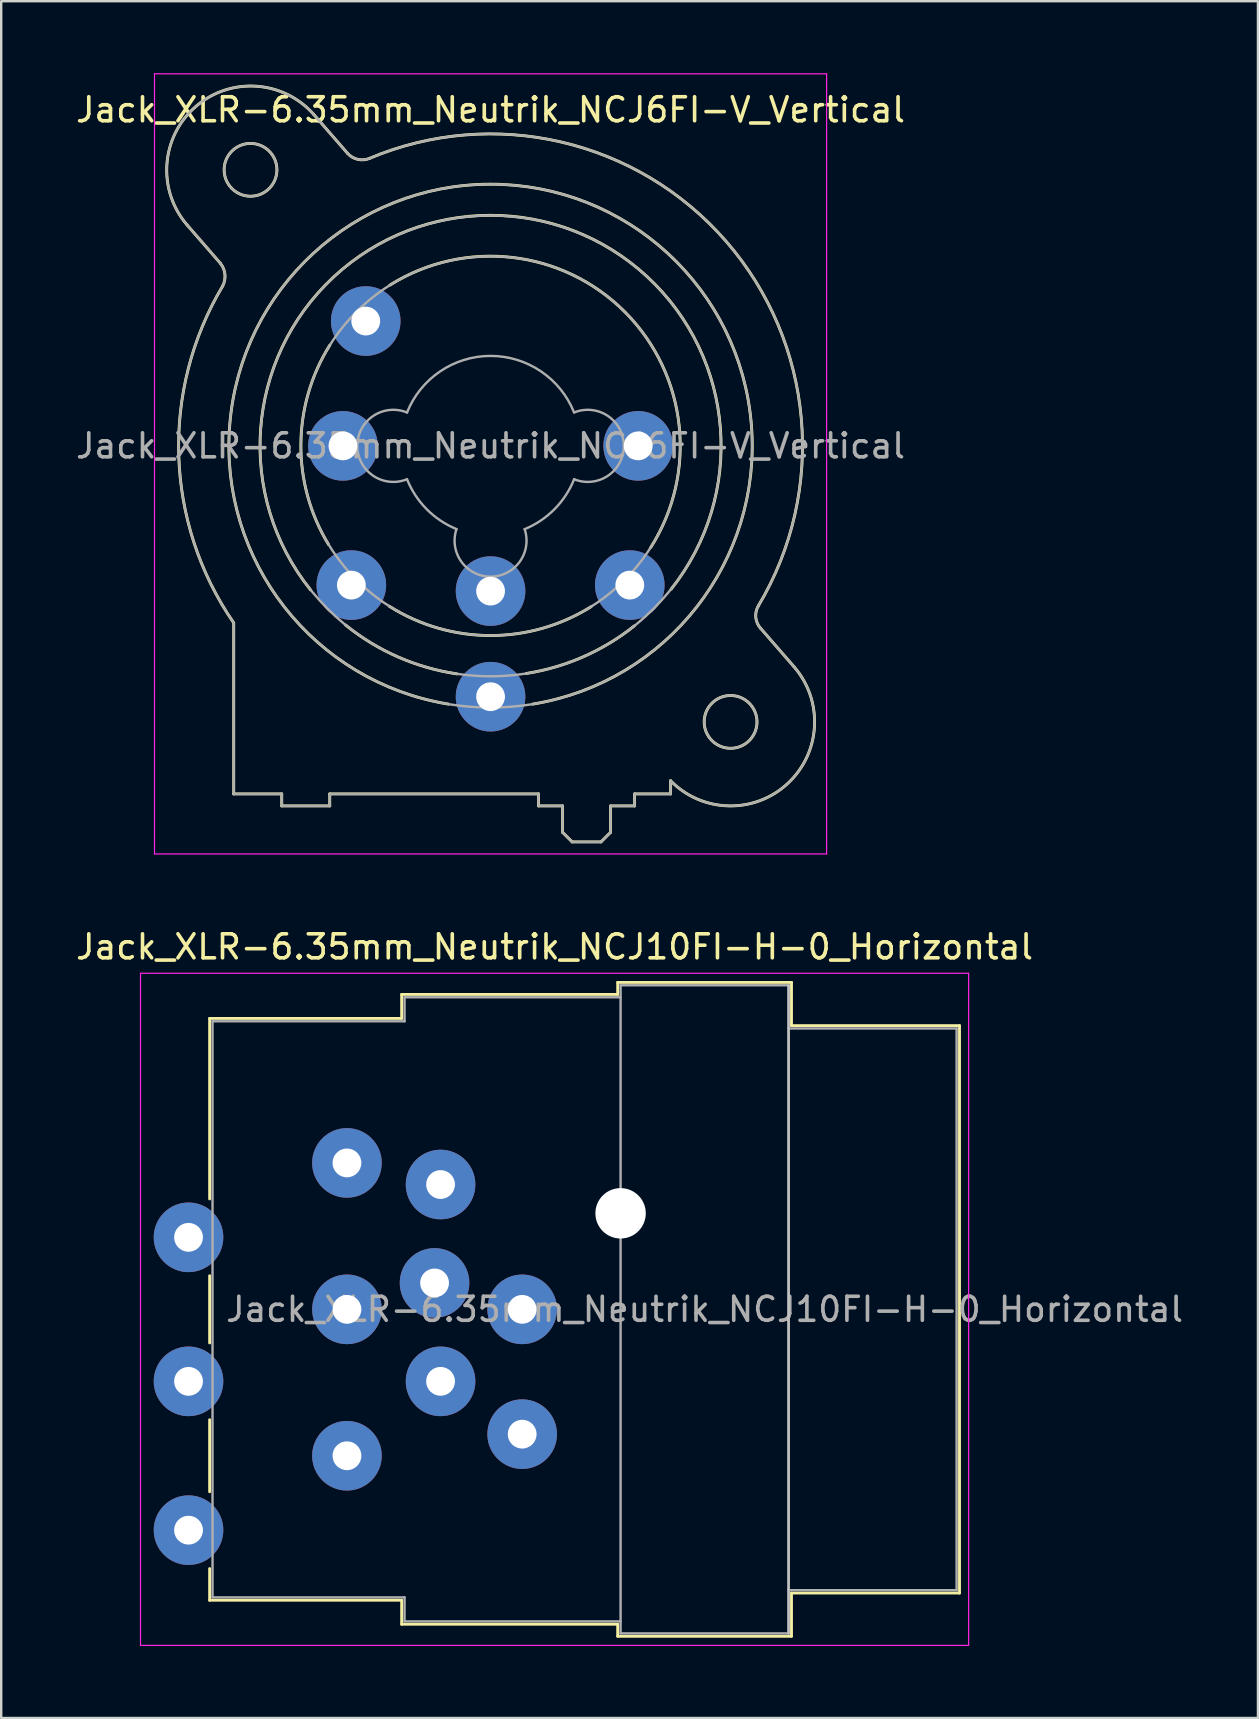
<source format=kicad_pcb>
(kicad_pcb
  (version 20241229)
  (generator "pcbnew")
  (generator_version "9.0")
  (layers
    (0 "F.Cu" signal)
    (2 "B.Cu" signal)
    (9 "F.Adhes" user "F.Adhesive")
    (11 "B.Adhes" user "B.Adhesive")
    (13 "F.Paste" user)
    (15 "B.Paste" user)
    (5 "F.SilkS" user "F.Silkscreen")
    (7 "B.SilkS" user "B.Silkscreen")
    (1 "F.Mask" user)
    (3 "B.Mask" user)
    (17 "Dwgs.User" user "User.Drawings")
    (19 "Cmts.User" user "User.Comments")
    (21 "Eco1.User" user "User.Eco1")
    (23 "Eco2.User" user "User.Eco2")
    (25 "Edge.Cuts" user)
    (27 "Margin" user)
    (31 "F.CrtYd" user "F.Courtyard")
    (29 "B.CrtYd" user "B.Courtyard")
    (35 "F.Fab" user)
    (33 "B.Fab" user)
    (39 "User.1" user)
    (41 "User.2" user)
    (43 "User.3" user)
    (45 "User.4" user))
  (footprint "Jack_XLR-6.35mm_Neutrik_NCJ6FI-V_Vertical"
    (layer "F.Cu")
    (at 23.537 15.525)
    (property "Reference" "Jack_XLR-6.35mm_Neutrik_NCJ6FI-V_Vertical" (at -6.15 -14 0) (layer "F.SilkS") (effects (font (size 1 1) (thickness 0.15))))
    (attr through_hole)
    (fp_line (start -17.4 -7.6) (end -18.79 -9.2) (stroke (width 0.12) (type solid)) (layer "F.SilkS"))
    (fp_line (start -16.85 14.5) (end -16.85 7.38) (stroke (width 0.12) (type solid)) (layer "F.SilkS"))
    (fp_line (start -14.85 14.5) (end -16.85 14.5) (stroke (width 0.12) (type solid)) (layer "F.SilkS"))
    (fp_line (start -14.85 14.5) (end -14.85 15) (stroke (width 0.12) (type solid)) (layer "F.SilkS"))
    (fp_line (start -13.51 -13.8) (end -12.11 -12.19) (stroke (width 0.12) (type solid)) (layer "F.SilkS"))
    (fp_line (start -12.85 14.5) (end -12.85 15) (stroke (width 0.12) (type solid)) (layer "F.SilkS"))
    (fp_line (start -12.85 15) (end -14.85 15) (stroke (width 0.12) (type solid)) (layer "F.SilkS"))
    (fp_line (start -4.15 14.5) (end -12.85 14.5) (stroke (width 0.12) (type solid)) (layer "F.SilkS"))
    (fp_line (start -4.15 14.5) (end -4.15 15) (stroke (width 0.12) (type solid)) (layer "F.SilkS"))
    (fp_line (start -3.15 15) (end -4.15 15) (stroke (width 0.12) (type solid)) (layer "F.SilkS"))
    (fp_line (start -3.15 15) (end -3.15 16.1) (stroke (width 0.12) (type solid)) (layer "F.SilkS"))
    (fp_line (start -3.15 16.1) (end -2.75 16.5) (stroke (width 0.12) (type solid)) (layer "F.SilkS"))
    (fp_line (start -1.55 16.5) (end -2.75 16.5) (stroke (width 0.12) (type solid)) (layer "F.SilkS"))
    (fp_line (start -1.15 15) (end -1.15 16.1) (stroke (width 0.12) (type solid)) (layer "F.SilkS"))
    (fp_line (start -1.15 16.1) (end -1.55 16.5) (stroke (width 0.12) (type solid)) (layer "F.SilkS"))
    (fp_line (start -0.15 14.5) (end -0.15 15) (stroke (width 0.12) (type solid)) (layer "F.SilkS"))
    (fp_line (start -0.15 15) (end -1.15 15) (stroke (width 0.12) (type solid)) (layer "F.SilkS"))
    (fp_line (start 1.35 13.95) (end 1.35 14.5) (stroke (width 0.12) (type solid)) (layer "F.SilkS"))
    (fp_line (start 1.35 14.5) (end -0.15 14.5) (stroke (width 0.12) (type solid)) (layer "F.SilkS"))
    (fp_line (start 5.1 7.6) (end 6.49 9.2) (stroke (width 0.12) (type solid)) (layer "F.SilkS"))
    (fp_arc (start -18.79 -9.2) (mid -18.45 -14.14) (end -13.51 -13.8) (stroke (width 0.12) (type solid)) (layer "F.SilkS"))
    (fp_arc (start -17.400452 -7.59955) (mid -17.216295 -7.14315) (end -17.31 -6.66) (stroke (width 0.12) (type solid)) (layer "F.SilkS"))
    (fp_arc (start -16.851206 7.374645) (mid -19.139261 0.42462) (end -17.31 -6.66) (stroke (width 0.12) (type solid)) (layer "F.SilkS"))
    (fp_arc (start -13.65 6) (mid -6.168408 -9.604669) (end 1.372943 5.971208) (stroke (width 0.12) (type solid)) (layer "F.SilkS"))
    (fp_arc (start -12.9 4.11) (mid -14.052663 -0.0501) (end -12.847348 -4.195251) (stroke (width 0.12) (type solid)) (layer "F.SilkS"))
    (fp_arc (start -11.201352 -11.974349) (mid 3.655031 -8.530097) (end 5.01 6.66) (stroke (width 0.12) (type solid)) (layer "F.SilkS"))
    (fp_arc (start -11.177539 -11.981856) (mid -11.677484 -11.93489) (end -12.11 -12.19) (stroke (width 0.12) (type solid)) (layer "F.SilkS"))
    (fp_arc (start -10.34 -6.7) (mid -0.544787 -5.570251) (end 0.523653 4.231839) (stroke (width 0.12) (type solid)) (layer "F.SilkS"))
    (fp_arc (start -7.9 10.76) (mid -6.152346 -10.90138) (end -4.395368 10.759246) (stroke (width 0.12) (type solid)) (layer "F.SilkS"))
    (fp_arc (start -7.55 9.5) (mid -10.007174 8.793873) (end -12.190932 7.464391) (stroke (width 0.12) (type solid)) (layer "F.SilkS"))
    (fp_arc (start -1.96 6.7) (mid -6.167825 7.902264) (end -10.370184 6.681029) (stroke (width 0.12) (type solid)) (layer "F.SilkS"))
    (fp_arc (start -0.16 7.5) (mid -2.282236 8.784674) (end -4.662837 9.482534) (stroke (width 0.12) (type solid)) (layer "F.SilkS"))
    (fp_arc (start 5.109394 7.611661) (mid 4.900255 7.152483) (end 5.01 6.66) (stroke (width 0.12) (type solid)) (layer "F.SilkS"))
    (fp_arc (start 6.49 9.2) (mid 6.227307 14.070606) (end 1.351052 13.95252) (stroke (width 0.12) (type solid)) (layer "F.SilkS"))
    (fp_circle (center -16.15 -11.5) (end -15.05 -11.5) (stroke (width 0.12) (type solid)) (fill no) (layer "F.SilkS"))
    (fp_circle (center 3.85 11.5) (end 4.95 11.5) (stroke (width 0.12) (type solid)) (fill no) (layer "F.SilkS"))
    (fp_line (start -20.15 -15.5) (end 7.85 -15.5) (stroke (width 0.05) (type solid)) (layer "F.CrtYd"))
    (fp_line (start -20.15 17) (end -20.15 -15.5) (stroke (width 0.05) (type solid)) (layer "F.CrtYd"))
    (fp_line (start 7.85 -15.5) (end 7.85 17) (stroke (width 0.05) (type solid)) (layer "F.CrtYd"))
    (fp_line (start 7.85 17) (end -20.15 17) (stroke (width 0.05) (type solid)) (layer "F.CrtYd"))
    (fp_line (start -17.4 -7.6) (end -18.79 -9.2) (stroke (width 0.1) (type solid)) (layer "F.Fab"))
    (fp_line (start -16.85 14.5) (end -16.85 7.38) (stroke (width 0.1) (type solid)) (layer "F.Fab"))
    (fp_line (start -14.85 14.5) (end -16.85 14.5) (stroke (width 0.1) (type solid)) (layer "F.Fab"))
    (fp_line (start -14.85 14.5) (end -14.85 15) (stroke (width 0.1) (type solid)) (layer "F.Fab"))
    (fp_line (start -13.51 -13.8) (end -12.11 -12.19) (stroke (width 0.1) (type solid)) (layer "F.Fab"))
    (fp_line (start -12.85 14.5) (end -12.85 15) (stroke (width 0.1) (type solid)) (layer "F.Fab"))
    (fp_line (start -12.85 15) (end -14.85 15) (stroke (width 0.1) (type solid)) (layer "F.Fab"))
    (fp_line (start -4.15 14.5) (end -12.85 14.5) (stroke (width 0.1) (type solid)) (layer "F.Fab"))
    (fp_line (start -4.15 14.5) (end -4.15 15) (stroke (width 0.1) (type solid)) (layer "F.Fab"))
    (fp_line (start -3.15 15) (end -4.15 15) (stroke (width 0.1) (type solid)) (layer "F.Fab"))
    (fp_line (start -3.15 15) (end -3.15 16.1) (stroke (width 0.1) (type solid)) (layer "F.Fab"))
    (fp_line (start -3.15 16.1) (end -2.75 16.5) (stroke (width 0.1) (type solid)) (layer "F.Fab"))
    (fp_line (start -1.55 16.5) (end -2.75 16.5) (stroke (width 0.1) (type solid)) (layer "F.Fab"))
    (fp_line (start -1.15 15) (end -1.15 16.1) (stroke (width 0.1) (type solid)) (layer "F.Fab"))
    (fp_line (start -1.15 16.1) (end -1.55 16.5) (stroke (width 0.1) (type solid)) (layer "F.Fab"))
    (fp_line (start -0.15 14.5) (end -0.15 15) (stroke (width 0.1) (type solid)) (layer "F.Fab"))
    (fp_line (start -0.15 15) (end -1.15 15) (stroke (width 0.1) (type solid)) (layer "F.Fab"))
    (fp_line (start 1.35 13.95) (end 1.35 14.5) (stroke (width 0.1) (type solid)) (layer "F.Fab"))
    (fp_line (start 1.35 14.5) (end -0.15 14.5) (stroke (width 0.1) (type solid)) (layer "F.Fab"))
    (fp_line (start 5.1 7.6) (end 6.49 9.2) (stroke (width 0.1) (type solid)) (layer "F.Fab"))
    (fp_arc (start -18.79 -9.2) (mid -18.45 -14.14) (end -13.51 -13.8) (stroke (width 0.1) (type solid)) (layer "F.Fab"))
    (fp_arc (start -17.400452 -7.59955) (mid -17.216295 -7.14315) (end -17.31 -6.66) (stroke (width 0.1) (type solid)) (layer "F.Fab"))
    (fp_arc (start -16.851206 7.374645) (mid -19.139261 0.42462) (end -17.31 -6.66) (stroke (width 0.1) (type solid)) (layer "F.Fab"))
    (fp_arc (start -11.201352 -11.974349) (mid 3.655031 -8.530097) (end 5.01 6.66) (stroke (width 0.1) (type solid)) (layer "F.Fab"))
    (fp_arc (start -11.177539 -11.981856) (mid -11.677484 -11.93489) (end -12.11 -12.19) (stroke (width 0.1) (type solid)) (layer "F.Fab"))
    (fp_arc (start -9.634717 1.391925) (mid -11.702329 -0.002547) (end -9.63 -1.39) (stroke (width 0.1) (type solid)) (layer "F.Fab"))
    (fp_arc (start -9.631116 -1.387204) (mid -6.151505 -3.747333) (end -2.67 -1.39) (stroke (width 0.1) (type solid)) (layer "F.Fab"))
    (fp_arc (start -7.567529 3.468878) (mid -8.810241 2.639246) (end -9.63 1.39) (stroke (width 0.1) (type solid)) (layer "F.Fab"))
    (fp_arc (start -4.729599 3.471189) (mid -6.150627 5.448932) (end -7.57 3.47) (stroke (width 0.1) (type solid)) (layer "F.Fab"))
    (fp_arc (start -2.667476 1.389002) (mid -3.487046 2.639314) (end -4.73 3.47) (stroke (width 0.1) (type solid)) (layer "F.Fab"))
    (fp_arc (start -2.665283 -1.391925) (mid -0.597671 0.002547) (end -2.67 1.39) (stroke (width 0.1) (type solid)) (layer "F.Fab"))
    (fp_arc (start 5.109394 7.611661) (mid 4.900255 7.152483) (end 5.01 6.66) (stroke (width 0.1) (type solid)) (layer "F.Fab"))
    (fp_arc (start 6.49 9.2) (mid 6.227307 14.070606) (end 1.351052 13.95252) (stroke (width 0.1) (type solid)) (layer "F.Fab"))
    (fp_circle (center -16.15 -11.5) (end -15.05 -11.5) (stroke (width 0.1) (type solid)) (fill no) (layer "F.Fab"))
    (fp_circle (center -6.15 0) (end 1.75 0) (stroke (width 0.1) (type solid)) (fill no) (layer "F.Fab"))
    (fp_circle (center -6.15 0) (end 3.45 0) (stroke (width 0.1) (type solid)) (fill no) (layer "F.Fab"))
    (fp_circle (center -6.15 0) (end 4.75 0) (stroke (width 0.1) (type solid)) (fill no) (layer "F.Fab"))
    (fp_circle (center 3.85 11.5) (end 4.95 11.5) (stroke (width 0.1) (type solid)) (fill no) (layer "F.Fab"))
    (fp_text user "${REFERENCE}" (at -6.15 0 0) (layer "F.Fab") (effects (font (size 1 1) (thickness 0.15))))
    (pad "1" thru_hole circle (at 0 0) (size 2.9 2.9) (drill 1.2) (layers "*.Cu" "*.Mask"))
    (pad "2" thru_hole circle (at -12.3 0) (size 2.9 2.9) (drill 1.2) (layers "*.Cu" "*.Mask"))
    (pad "3" thru_hole circle (at -6.15 6.05) (size 2.9 2.9) (drill 1.2) (layers "*.Cu" "*.Mask"))
    (pad "G" thru_hole circle (at -6.15 10.45) (size 2.9 2.9) (drill 1.2) (layers "*.Cu" "*.Mask"))
    (pad "R" thru_hole circle (at -0.35 5.8) (size 2.9 2.9) (drill 1.2) (layers "*.Cu" "*.Mask"))
    (pad "S" thru_hole circle (at -11.95 5.8) (size 2.9 2.9) (drill 1.2) (layers "*.Cu" "*.Mask"))
    (pad "T" thru_hole circle (at -11.35 -5.2) (size 2.9 2.9) (drill 1.2) (layers "*.Cu" "*.Mask")))
  (footprint "Jack_XLR-6.35mm_Neutrik_NCJ10FI-H-0_Horizontal"
    (layer "F.Cu")
    (at 11.404 45.398)
    (property "Reference" "Jack_XLR-6.35mm_Neutrik_NCJ10FI-H-0_Horizontal" (at 8.65 -9 0) (layer "F.SilkS") (effects (font (size 1 1) (thickness 0.15))))
    (attr through_hole)
    (fp_line (start -5.72 -6.02) (end -5.72 1.5) (stroke (width 0.12) (type solid)) (layer "F.SilkS"))
    (fp_line (start -5.72 4.7) (end -5.72 7.5) (stroke (width 0.12) (type solid)) (layer "F.SilkS"))
    (fp_line (start -5.72 10.7) (end -5.72 13.7) (stroke (width 0.12) (type solid)) (layer "F.SilkS"))
    (fp_line (start -5.72 16.9) (end -5.72 18.22) (stroke (width 0.12) (type solid)) (layer "F.SilkS"))
    (fp_line (start 2.28 -7.02) (end 2.28 -6.02) (stroke (width 0.12) (type solid)) (layer "F.SilkS"))
    (fp_line (start 2.28 -6.02) (end -5.72 -6.02) (stroke (width 0.12) (type solid)) (layer "F.SilkS"))
    (fp_line (start 2.28 18.22) (end -5.72 18.22) (stroke (width 0.12) (type solid)) (layer "F.SilkS"))
    (fp_line (start 2.28 19.22) (end 2.28 18.22) (stroke (width 0.12) (type solid)) (layer "F.SilkS"))
    (fp_line (start 11.28 -7.02) (end 2.28 -7.02) (stroke (width 0.12) (type solid)) (layer "F.SilkS"))
    (fp_line (start 11.28 -7.02) (end 11.28 -7.52) (stroke (width 0.12) (type solid)) (layer "F.SilkS"))
    (fp_line (start 11.28 19.22) (end 2.28 19.22) (stroke (width 0.12) (type solid)) (layer "F.SilkS"))
    (fp_line (start 11.28 19.72) (end 11.28 19.22) (stroke (width 0.12) (type solid)) (layer "F.SilkS"))
    (fp_line (start 18.52 -7.52) (end 11.28 -7.52) (stroke (width 0.12) (type solid)) (layer "F.SilkS"))
    (fp_line (start 18.52 -7.52) (end 18.52 -5.72) (stroke (width 0.12) (type solid)) (layer "F.SilkS"))
    (fp_line (start 18.52 -5.72) (end 25.52 -5.72) (stroke (width 0.12) (type solid)) (layer "F.SilkS"))
    (fp_line (start 18.52 17.92) (end 18.52 19.72) (stroke (width 0.12) (type solid)) (layer "F.SilkS"))
    (fp_line (start 18.52 17.92) (end 25.52 17.92) (stroke (width 0.12) (type solid)) (layer "F.SilkS"))
    (fp_line (start 18.52 19.72) (end 11.28 19.72) (stroke (width 0.12) (type solid)) (layer "F.SilkS"))
    (fp_line (start 25.52 -5.72) (end 25.52 17.92) (stroke (width 0.12) (type solid)) (layer "F.SilkS"))
    (fp_line (start 18.4 -7.4) (end 18.4 19.6) (stroke (width 0.1) (type solid)) (layer "Dwgs.User"))
    (fp_line (start -8.6 -7.9) (end -8.6 20.1) (stroke (width 0.05) (type solid)) (layer "F.CrtYd"))
    (fp_line (start 25.9 -7.9) (end -8.6 -7.9) (stroke (width 0.05) (type solid)) (layer "F.CrtYd"))
    (fp_line (start 25.9 -7.9) (end 25.9 20.1) (stroke (width 0.05) (type solid)) (layer "F.CrtYd"))
    (fp_line (start 25.9 20.1) (end -8.6 20.1) (stroke (width 0.05) (type solid)) (layer "F.CrtYd"))
    (fp_line (start -5.6 -5.9) (end -5.6 18.1) (stroke (width 0.1) (type solid)) (layer "F.Fab"))
    (fp_line (start -5.6 18.1) (end 2.4 18.1) (stroke (width 0.1) (type solid)) (layer "F.Fab"))
    (fp_line (start 2.4 -6.9) (end 2.4 -5.9) (stroke (width 0.1) (type solid)) (layer "F.Fab"))
    (fp_line (start 2.4 -5.9) (end -5.6 -5.9) (stroke (width 0.1) (type solid)) (layer "F.Fab"))
    (fp_line (start 2.4 18.1) (end 2.4 19.1) (stroke (width 0.1) (type solid)) (layer "F.Fab"))
    (fp_line (start 2.4 19.1) (end 11.4 19.1) (stroke (width 0.1) (type solid)) (layer "F.Fab"))
    (fp_line (start 11.4 -7.4) (end 18.4 -7.4) (stroke (width 0.1) (type solid)) (layer "F.Fab"))
    (fp_line (start 11.4 -6.9) (end 2.4 -6.9) (stroke (width 0.1) (type solid)) (layer "F.Fab"))
    (fp_line (start 11.4 19.6) (end 11.4 -7.4) (stroke (width 0.1) (type solid)) (layer "F.Fab"))
    (fp_line (start 18.4 -7.4) (end 18.4 19.6) (stroke (width 0.1) (type solid)) (layer "F.Fab"))
    (fp_line (start 18.4 -5.6) (end 25.4 -5.6) (stroke (width 0.1) (type solid)) (layer "F.Fab"))
    (fp_line (start 18.4 19.6) (end 11.4 19.6) (stroke (width 0.1) (type solid)) (layer "F.Fab"))
    (fp_line (start 25.4 -5.6) (end 25.4 17.8) (stroke (width 0.1) (type solid)) (layer "F.Fab"))
    (fp_line (start 25.4 17.8) (end 18.4 17.8) (stroke (width 0.1) (type solid)) (layer "F.Fab"))
    (fp_text user "${REFERENCE}" (at 14.9 6.1 0) (layer "F.Fab") (effects (font (size 1 1) (thickness 0.15))))
    (pad "" np_thru_hole circle (at 11.4 2.1) (size 2.1 2.1) (drill 2.1) (layers "*.Cu" "*.Mask"))
    (pad "1" thru_hole circle (at 0 0) (size 2.9 2.9) (drill 1.2) (layers "*.Cu" "*.Mask"))
    (pad "2" thru_hole circle (at 0 12.2) (size 2.9 2.9) (drill 1.2) (layers "*.Cu" "*.Mask"))
    (pad "3" thru_hole circle (at 0 6.1) (size 2.9 2.9) (drill 1.2) (layers "*.Cu" "*.Mask"))
    (pad "G" thru_hole circle (at 7.3 6.1) (size 2.9 2.9) (drill 1.2) (layers "*.Cu" "*.Mask"))
    (pad "GN" thru_hole circle (at 3.65 5) (size 2.9 2.9) (drill 1.2) (layers "*.Cu" "*.Mask"))
    (pad "R" thru_hole circle (at 3.9 0.9) (size 2.9 2.9) (drill 1.2) (layers "*.Cu" "*.Mask"))
    (pad "RN" thru_hole circle (at -6.6 3.1) (size 2.9 2.9) (drill 1.2) (layers "*.Cu" "*.Mask"))
    (pad "S" thru_hole circle (at 7.3 11.3) (size 2.9 2.9) (drill 1.2) (layers "*.Cu" "*.Mask"))
    (pad "SN" thru_hole circle (at 3.9 9.1) (size 2.9 2.9) (drill 1.2) (layers "*.Cu" "*.Mask"))
    (pad "T" thru_hole circle (at -6.6 15.3) (size 2.9 2.9) (drill 1.2) (layers "*.Cu" "*.Mask"))
    (pad "TN" thru_hole circle (at -6.6 9.1) (size 2.9 2.9) (drill 1.2) (layers "*.Cu" "*.Mask")))
  (gr_rect
    (start -3 -3)
    (end 49.357 68.523)
    (stroke (width 0.1) (type default))
    (fill no)
    (layer "Edge.Cuts")))
</source>
